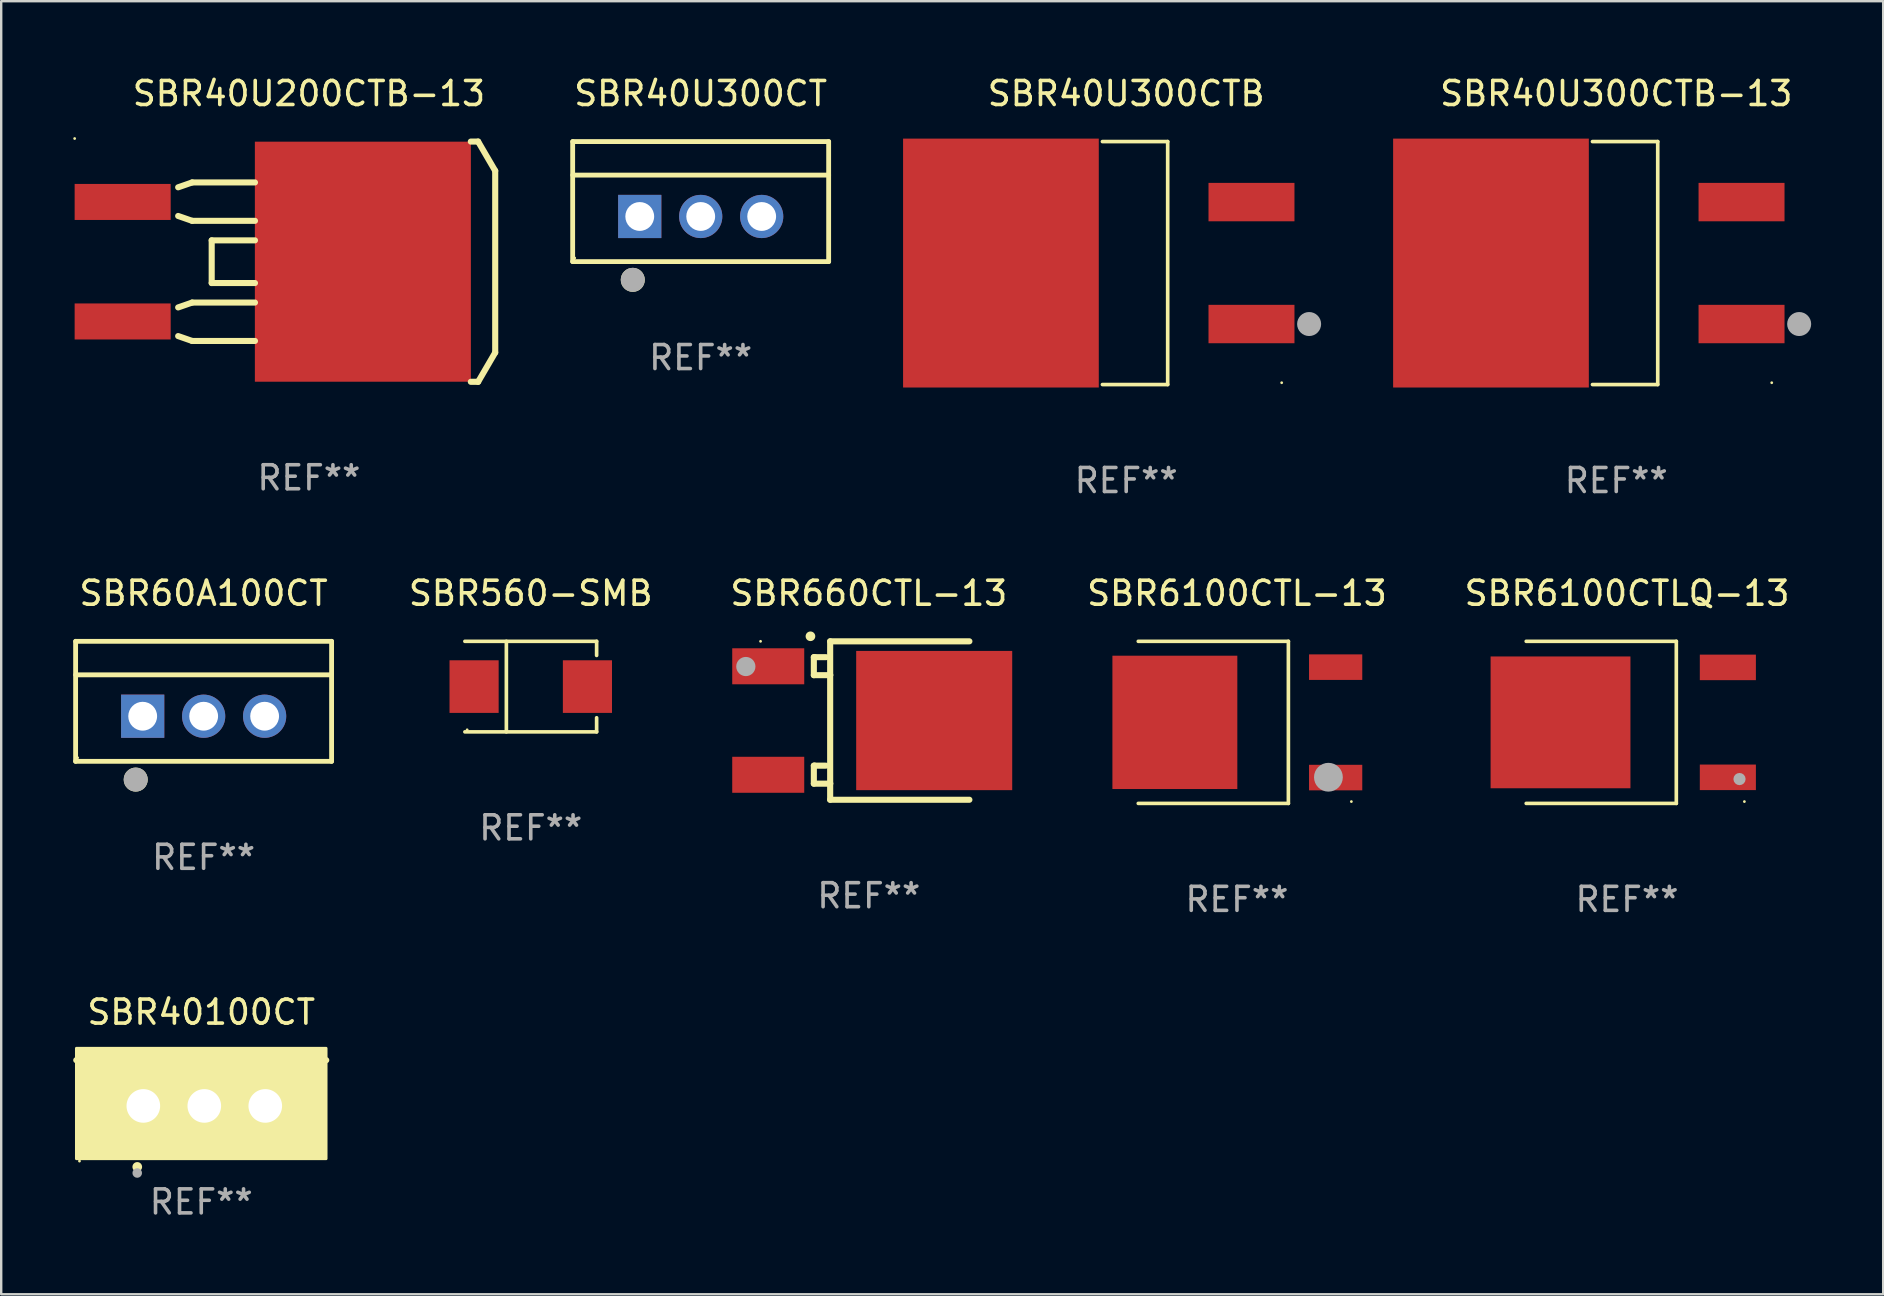
<source format=kicad_pcb>
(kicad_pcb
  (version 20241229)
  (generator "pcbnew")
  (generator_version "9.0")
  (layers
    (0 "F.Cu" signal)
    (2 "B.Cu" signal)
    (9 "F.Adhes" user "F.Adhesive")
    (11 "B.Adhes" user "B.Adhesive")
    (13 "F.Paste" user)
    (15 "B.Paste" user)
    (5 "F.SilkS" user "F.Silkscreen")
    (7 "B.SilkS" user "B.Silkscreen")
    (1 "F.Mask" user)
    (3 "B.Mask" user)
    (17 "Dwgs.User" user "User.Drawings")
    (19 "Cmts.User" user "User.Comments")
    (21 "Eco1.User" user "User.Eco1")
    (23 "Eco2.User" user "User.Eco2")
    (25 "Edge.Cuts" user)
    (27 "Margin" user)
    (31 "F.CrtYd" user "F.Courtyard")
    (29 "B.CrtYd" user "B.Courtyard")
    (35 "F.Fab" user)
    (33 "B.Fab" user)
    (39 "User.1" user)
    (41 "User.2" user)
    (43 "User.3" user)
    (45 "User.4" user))
  (footprint "SBR40U200CTB-13"
    (layer "F.Cu")
    (at 9.82 7.852)
    (property "Reference" "SBR40U200CTB-13" (at 0 -7.004 0) (layer "F.SilkS") (effects (font (size 1 1) (thickness 0.15))))
    (attr through_hole)
    (fp_line (start -5.448 -1.905) (end -4.864 -1.702) (stroke (width 0.254) (type solid)) (layer "F.SilkS"))
    (fp_line (start -5.448 3.099) (end -4.864 3.302) (stroke (width 0.254) (type solid)) (layer "F.SilkS"))
    (fp_line (start -4.864 -3.302) (end -5.448 -3.099) (stroke (width 0.254) (type solid)) (layer "F.SilkS"))
    (fp_line (start -4.864 -1.702) (end -2.248 -1.702) (stroke (width 0.254) (type solid)) (layer "F.SilkS"))
    (fp_line (start -4.864 1.702) (end -5.448 1.905) (stroke (width 0.254) (type solid)) (layer "F.SilkS"))
    (fp_line (start -4.864 3.302) (end -2.248 3.302) (stroke (width 0.254) (type solid)) (layer "F.SilkS"))
    (fp_line (start -4.051 -0.889) (end -4.051 0.889) (stroke (width 0.254) (type solid)) (layer "F.SilkS"))
    (fp_line (start -4.051 0.889) (end -2.248 0.889) (stroke (width 0.254) (type solid)) (layer "F.SilkS"))
    (fp_line (start -2.248 -3.302) (end -4.864 -3.302) (stroke (width 0.254) (type solid)) (layer "F.SilkS"))
    (fp_line (start -2.248 -0.889) (end -4.051 -0.889) (stroke (width 0.254) (type solid)) (layer "F.SilkS"))
    (fp_line (start -2.248 1.702) (end -4.864 1.702) (stroke (width 0.254) (type solid)) (layer "F.SilkS"))
    (fp_line (start 6.744 -5.004) (end 7.049 -5.004) (stroke (width 0.254) (type solid)) (layer "F.SilkS"))
    (fp_line (start 7.049 -5.004) (end 7.76 -3.785) (stroke (width 0.254) (type solid)) (layer "F.SilkS"))
    (fp_line (start 7.049 5.004) (end 6.744 5.004) (stroke (width 0.254) (type solid)) (layer "F.SilkS"))
    (fp_line (start 7.76 -3.785) (end 7.76 3.785) (stroke (width 0.254) (type solid)) (layer "F.SilkS"))
    (fp_line (start 7.76 3.785) (end 7.049 5.004) (stroke (width 0.254) (type solid)) (layer "F.SilkS"))
    (fp_circle (center -9.76 -5.131) (end -9.73 -5.131) (stroke (width 0.06) (type solid)) (fill no) (layer "F.SilkS"))
    (fp_text user "REF**" (at 0 9.004 0) (layer "F.Fab") (effects (font (size 1 1) (thickness 0.15))))
    (pad "1" smd rect (at -7.76 -2.489 270) (size 1.501 4.001) (layers "F.Cu" "F.Mask" "F.Paste"))
    (pad "2" smd rect (at 2.247 0.000127 270) (size 10 8.999) (layers "F.Cu" "F.Mask" "F.Paste"))
    (pad "3" smd rect (at -7.76 2.49 270) (size 1.501 4.001) (layers "F.Cu" "F.Mask" "F.Paste")))
  (footprint "SBR660CTL-13"
    (layer "F.Cu")
    (at 33.144 26.967)
    (property "Reference" "SBR660CTL-13" (at 0 -5.3 0) (layer "F.SilkS") (effects (font (size 1 1) (thickness 0.15))))
    (attr through_hole)
    (fp_line (start -2.29 -2.64) (end -2.29 -1.89) (stroke (width 0.254) (type solid)) (layer "F.SilkS"))
    (fp_line (start -2.29 -1.89) (end -1.61 -1.89) (stroke (width 0.254) (type solid)) (layer "F.SilkS"))
    (fp_line (start -2.29 1.88) (end -2.29 2.63) (stroke (width 0.254) (type solid)) (layer "F.SilkS"))
    (fp_line (start -2.29 2.63) (end -1.61 2.63) (stroke (width 0.254) (type solid)) (layer "F.SilkS"))
    (fp_line (start -2.25 -2.64) (end -2.29 -2.64) (stroke (width 0.254) (type solid)) (layer "F.SilkS"))
    (fp_line (start -2.25 1.88) (end -2.29 1.88) (stroke (width 0.254) (type solid)) (layer "F.SilkS"))
    (fp_line (start -1.79 -2.64) (end -2.25 -2.64) (stroke (width 0.254) (type solid)) (layer "F.SilkS"))
    (fp_line (start -1.79 1.88) (end -2.25 1.88) (stroke (width 0.254) (type solid)) (layer "F.SilkS"))
    (fp_line (start -1.61 -3.3) (end -1.61 3.3) (stroke (width 0.254) (type solid)) (layer "F.SilkS"))
    (fp_line (start -1.61 -1.89) (end -1.61 -1.909) (stroke (width 0.254) (type solid)) (layer "F.SilkS"))
    (fp_line (start -1.61 3.3) (end 4.19 3.3) (stroke (width 0.254) (type solid)) (layer "F.SilkS"))
    (fp_line (start -1.61 2.63) (end -1.61 2.611) (stroke (width 0.254) (type solid)) (layer "F.SilkS"))
    (fp_line (start 4.19 -3.3) (end -1.61 -3.3) (stroke (width 0.254) (type solid)) (layer "F.SilkS"))
    (fp_arc (start -2.432614 -3.510008) (mid -2.431344 -3.510012) (end -2.430074 -3.510008) (stroke (width 0.4) (type solid)) (layer "F.SilkS"))
    (fp_circle (center -4.51 -3.3) (end -4.48 -3.3) (stroke (width 0.06) (type solid)) (fill no) (layer "F.SilkS"))
    (fp_circle (center -5.123 -2.25) (end -4.923 -2.25) (stroke (width 0.4) (type solid)) (fill no) (layer "F.Fab"))
    (fp_text user "REF**" (at 0 7.3 0) (layer "F.Fab") (effects (font (size 1 1) (thickness 0.15))))
    (pad "1" smd rect (at -4.19 -2.26) (size 3 1.5) (layers "F.Cu" "F.Mask" "F.Paste"))
    (pad "2" smd rect (at 2.724 -0.000051) (size 6.5 5.8) (layers "F.Cu" "F.Mask" "F.Paste"))
    (pad "3" smd rect (at -4.19 2.26) (size 3 1.5) (layers "F.Cu" "F.Mask" "F.Paste")))
  (footprint "SBR40U300CT"
    (layer "F.Cu")
    (at 26.139 5.348)
    (property "Reference" "SBR40U300CT" (at 0 -4.5 0) (layer "F.SilkS") (effects (font (size 1 1) (thickness 0.15))))
    (attr through_hole)
    (fp_line (start -5.332 2.5) (end -5.332 -2.5) (stroke (width 0.201) (type solid)) (layer "F.SilkS"))
    (fp_line (start -5.328 -2.5) (end 5.332 -2.5) (stroke (width 0.201) (type solid)) (layer "F.SilkS"))
    (fp_line (start -5.328 -1.104) (end 5.332 -1.104) (stroke (width 0.201) (type solid)) (layer "F.SilkS"))
    (fp_line (start 5.332 -2.5) (end 5.332 2.5) (stroke (width 0.201) (type solid)) (layer "F.SilkS"))
    (fp_line (start 5.332 2.5) (end -5.332 2.5) (stroke (width 0.201) (type solid)) (layer "F.SilkS"))
    (fp_circle (center -5.248 2.35) (end -5.218 2.35) (stroke (width 0.06) (type solid)) (fill no) (layer "F.SilkS"))
    (fp_circle (center -2.828 3.26) (end -2.578 3.26) (stroke (width 0.5) (type solid)) (fill no) (layer "F.SilkS"))
    (fp_circle (center -2.828 3.26) (end -2.578 3.26) (stroke (width 0.5) (type solid)) (fill no) (layer "F.Fab"))
    (fp_text user "REF**" (at 0 6.5 0) (layer "F.Fab") (effects (font (size 1 1) (thickness 0.15))))
    (pad "1" thru_hole rect (at -2.538 0.62) (size 1.8 1.8) (drill 1.2) (layers "*.Cu" "*.Mask"))
    (pad "2" thru_hole circle (at 0.002 0.62) (size 1.8 1.8) (drill 1.2) (layers "*.Cu" "*.Mask"))
    (pad "3" thru_hole circle (at 2.542 0.62) (size 1.8 1.8) (drill 1.2) (layers "*.Cu" "*.Mask")))
  (footprint "SBR40U300CTB"
    (layer "F.Cu")
    (at 43.867 7.909)
    (property "Reference" "SBR40U300CTB" (at 0 -7.061 0) (layer "F.SilkS") (effects (font (size 1 1) (thickness 0.15))))
    (attr through_hole)
    (fp_line (start -0.991 -5.061) (end 1.728 -5.061) (stroke (width 0.152) (type solid)) (layer "F.SilkS"))
    (fp_line (start -0.991 5.061) (end 1.728 5.061) (stroke (width 0.152) (type solid)) (layer "F.SilkS"))
    (fp_line (start 1.728 5.061) (end 1.728 -5.061) (stroke (width 0.152) (type solid)) (layer "F.SilkS"))
    (fp_circle (center 6.477 4.985) (end 6.507 4.985) (stroke (width 0.06) (type solid)) (fill no) (layer "F.SilkS"))
    (fp_circle (center 7.62 2.54) (end 7.87 2.54) (stroke (width 0.5) (type solid)) (fill no) (layer "F.Fab"))
    (fp_text user "REF**" (at 0 9.061 0) (layer "F.Fab") (effects (font (size 1 1) (thickness 0.15))))
    (pad "1" smd rect (at 5.219 2.54) (size 3.581 1.6) (layers "F.Cu" "F.Mask" "F.Paste"))
    (pad "3" smd rect (at 5.219 -2.54) (size 3.581 1.6) (layers "F.Cu" "F.Mask" "F.Paste"))
    (pad "4" smd rect (at -5.219 0) (size 8.153 10.369) (layers "F.Cu" "F.Mask" "F.Paste")))
  (footprint "SBR560-SMB"
    (layer "F.Cu")
    (at 19.061 25.553)
    (property "Reference" "SBR560-SMB" (at 0 -3.886 0) (layer "F.SilkS") (effects (font (size 1 1) (thickness 0.15))))
    (attr through_hole)
    (fp_line (start -2.744 -1.886) (end 2.744 -1.886) (stroke (width 0.152) (type solid)) (layer "F.SilkS"))
    (fp_line (start -2.744 1.886) (end 2.744 1.886) (stroke (width 0.152) (type solid)) (layer "F.SilkS"))
    (fp_line (start -1.016 -1.886) (end -1.016 1.886) (stroke (width 0.152) (type solid)) (layer "F.SilkS"))
    (fp_line (start 2.744 -1.886) (end 2.744 -1.299) (stroke (width 0.152) (type solid)) (layer "F.SilkS"))
    (fp_line (start 2.744 1.886) (end 2.744 1.299) (stroke (width 0.152) (type solid)) (layer "F.SilkS"))
    (fp_circle (center -2.65 1.8) (end -2.62 1.8) (stroke (width 0.06) (type solid)) (fill no) (layer "F.SilkS"))
    (fp_text user "REF**" (at 0 5.886 0) (layer "F.Fab") (effects (font (size 1 1) (thickness 0.15))))
    (pad "1" smd rect (at -2.361 0) (size 2.047 2.192) (layers "F.Cu" "F.Mask" "F.Paste"))
    (pad "2" smd rect (at 2.361 0) (size 2.047 2.192) (layers "F.Cu" "F.Mask" "F.Paste")))
  (footprint "SBR40100CT"
    (layer "F.Cu")
    (at 5.334 42.069)
    (property "Reference" "SBR40100CT" (at 0 -2.953 0) (layer "F.SilkS") (effects (font (size 1 1) (thickness 0.15))))
    (attr through_hole)
    (fp_line (start 5.207 -0.953) (end -5.207 -0.953) (stroke (width 0.254) (type solid)) (layer "F.SilkS"))
    (fp_arc (start -2.66698 3.49252) (mid -2.66571 3.492516) (end -2.66444 3.49252) (stroke (width 0.4) (type solid)) (layer "F.SilkS"))
    (fp_circle (center -5.073 3.252) (end -5.043 3.252) (stroke (width 0.06) (type solid)) (fill no) (layer "F.SilkS"))
    (fp_poly (pts (xy -5.2 -1.448) (xy 5.2 -1.448) (xy 5.2 3.152) (xy -5.2 3.152)) (stroke (width 0.12) (type solid)) (fill yes) (layer "F.SilkS"))
    (fp_circle (center -2.667 3.747) (end -2.567 3.747) (stroke (width 0.2) (type solid)) (fill no) (layer "F.Fab"))
    (fp_text user "REF**" (at 0 4.953 0) (layer "F.Fab") (effects (font (size 1 1) (thickness 0.15))))
    (pad "1" thru_hole rect (at -2.413 0.953) (size 2 2.5) (drill 1.4) (layers "*.Cu" "*.Mask"))
    (pad "2" thru_hole oval (at 0.127 0.953) (size 2 2.5) (drill 1.4) (layers "*.Cu" "*.Mask"))
    (pad "3" thru_hole oval (at 2.667 0.953) (size 2 2.5) (drill 1.4) (layers "*.Cu" "*.Mask")))
  (footprint "SBR6100CTL-13"
    (layer "F.Cu")
    (at 48.481 27.043)
    (property "Reference" "SBR6100CTL-13" (at 0 -5.376 0) (layer "F.SilkS") (effects (font (size 1 1) (thickness 0.15))))
    (attr through_hole)
    (fp_line (start -4.111 -3.376) (end 2.142 -3.376) (stroke (width 0.152) (type solid)) (layer "F.SilkS"))
    (fp_line (start -4.111 3.376) (end 2.142 3.376) (stroke (width 0.152) (type solid)) (layer "F.SilkS"))
    (fp_line (start 2.142 3.376) (end 2.142 -3.376) (stroke (width 0.152) (type solid)) (layer "F.SilkS"))
    (fp_circle (center 4.766 3.3) (end 4.796 3.3) (stroke (width 0.06) (type solid)) (fill no) (layer "F.SilkS"))
    (fp_circle (center 3.81 2.286) (end 4.11 2.286) (stroke (width 0.6) (type solid)) (fill no) (layer "F.Fab"))
    (fp_text user "REF**" (at 0 7.376 0) (layer "F.Fab") (effects (font (size 1 1) (thickness 0.15))))
    (pad "1" smd rect (at 4.111 2.3) (size 2.218 1.064) (layers "F.Cu" "F.Mask" "F.Paste"))
    (pad "2" smd rect (at -2.587 0) (size 5.204 5.554) (layers "F.Cu" "F.Mask" "F.Paste"))
    (pad "3" smd rect (at 4.111 -2.3) (size 2.218 1.064) (layers "F.Cu" "F.Mask" "F.Paste")))
  (footprint "SBR40U300CTB-13"
    (layer "F.Cu")
    (at 64.282 7.909)
    (property "Reference" "SBR40U300CTB-13" (at 0 -7.061 0) (layer "F.SilkS") (effects (font (size 1 1) (thickness 0.15))))
    (attr through_hole)
    (fp_line (start -0.991 -5.061) (end 1.728 -5.061) (stroke (width 0.152) (type solid)) (layer "F.SilkS"))
    (fp_line (start -0.991 5.061) (end 1.728 5.061) (stroke (width 0.152) (type solid)) (layer "F.SilkS"))
    (fp_line (start 1.728 5.061) (end 1.728 -5.061) (stroke (width 0.152) (type solid)) (layer "F.SilkS"))
    (fp_circle (center 6.477 4.985) (end 6.507 4.985) (stroke (width 0.06) (type solid)) (fill no) (layer "F.SilkS"))
    (fp_circle (center 7.62 2.54) (end 7.87 2.54) (stroke (width 0.5) (type solid)) (fill no) (layer "F.Fab"))
    (fp_text user "REF**" (at 0 9.061 0) (layer "F.Fab") (effects (font (size 1 1) (thickness 0.15))))
    (pad "1" smd rect (at 5.219 2.54) (size 3.581 1.6) (layers "F.Cu" "F.Mask" "F.Paste"))
    (pad "3" smd rect (at 5.219 -2.54) (size 3.581 1.6) (layers "F.Cu" "F.Mask" "F.Paste"))
    (pad "4" smd rect (at -5.219 0) (size 8.153 10.369) (layers "F.Cu" "F.Mask" "F.Paste")))
  (footprint "SBR60A100CT"
    (layer "F.Cu")
    (at 5.432 26.167)
    (property "Reference" "SBR60A100CT" (at 0 -4.5 0) (layer "F.SilkS") (effects (font (size 1 1) (thickness 0.15))))
    (attr through_hole)
    (fp_line (start -5.332 2.5) (end -5.332 -2.5) (stroke (width 0.201) (type solid)) (layer "F.SilkS"))
    (fp_line (start -5.328 -2.5) (end 5.332 -2.5) (stroke (width 0.201) (type solid)) (layer "F.SilkS"))
    (fp_line (start -5.328 -1.104) (end 5.332 -1.104) (stroke (width 0.201) (type solid)) (layer "F.SilkS"))
    (fp_line (start 5.332 -2.5) (end 5.332 2.5) (stroke (width 0.201) (type solid)) (layer "F.SilkS"))
    (fp_line (start 5.332 2.5) (end -5.332 2.5) (stroke (width 0.201) (type solid)) (layer "F.SilkS"))
    (fp_circle (center -5.248 2.35) (end -5.218 2.35) (stroke (width 0.06) (type solid)) (fill no) (layer "F.SilkS"))
    (fp_circle (center -2.828 3.26) (end -2.578 3.26) (stroke (width 0.5) (type solid)) (fill no) (layer "F.SilkS"))
    (fp_circle (center -2.828 3.26) (end -2.578 3.26) (stroke (width 0.5) (type solid)) (fill no) (layer "F.Fab"))
    (fp_text user "REF**" (at 0 6.5 0) (layer "F.Fab") (effects (font (size 1 1) (thickness 0.15))))
    (pad "1" thru_hole rect (at -2.538 0.62) (size 1.8 1.8) (drill 1.2) (layers "*.Cu" "*.Mask"))
    (pad "2" thru_hole circle (at 0.002 0.62) (size 1.8 1.8) (drill 1.2) (layers "*.Cu" "*.Mask"))
    (pad "3" thru_hole circle (at 2.542 0.62) (size 1.8 1.8) (drill 1.2) (layers "*.Cu" "*.Mask")))
  (footprint "SBR6100CTLQ-13"
    (layer "F.Cu")
    (at 64.731 27.043)
    (property "Reference" "SBR6100CTLQ-13" (at 0 -5.376 0) (layer "F.SilkS") (effects (font (size 1 1) (thickness 0.15))))
    (attr through_hole)
    (fp_line (start -4.2 -3.376) (end 2.053 -3.376) (stroke (width 0.152) (type solid)) (layer "F.SilkS"))
    (fp_line (start -4.2 3.376) (end 2.053 3.376) (stroke (width 0.152) (type solid)) (layer "F.SilkS"))
    (fp_line (start 2.053 3.376) (end 2.053 -3.376) (stroke (width 0.152) (type solid)) (layer "F.SilkS"))
    (fp_circle (center 4.889 3.3) (end 4.919 3.3) (stroke (width 0.06) (type solid)) (fill no) (layer "F.SilkS"))
    (fp_circle (center 4.686 2.362) (end 4.813 2.362) (stroke (width 0.254) (type solid)) (fill no) (layer "F.Fab"))
    (fp_text user "REF**" (at 0 7.376 0) (layer "F.Fab") (effects (font (size 1 1) (thickness 0.15))))
    (pad "1" smd rect (at 4.2 2.29) (size 2.336 1.064) (layers "F.Cu" "F.Mask" "F.Paste"))
    (pad "3" smd rect (at 4.2 -2.29) (size 2.336 1.064) (layers "F.Cu" "F.Mask" "F.Paste"))
    (pad "4" smd rect (at -2.771 0) (size 5.826 5.491) (layers "F.Cu" "F.Mask" "F.Paste")))
  (gr_rect
    (start -3 -3)
    (end 75.402 50.869)
    (stroke (width 0.1) (type default))
    (fill no)
    (layer "Edge.Cuts")))
</source>
